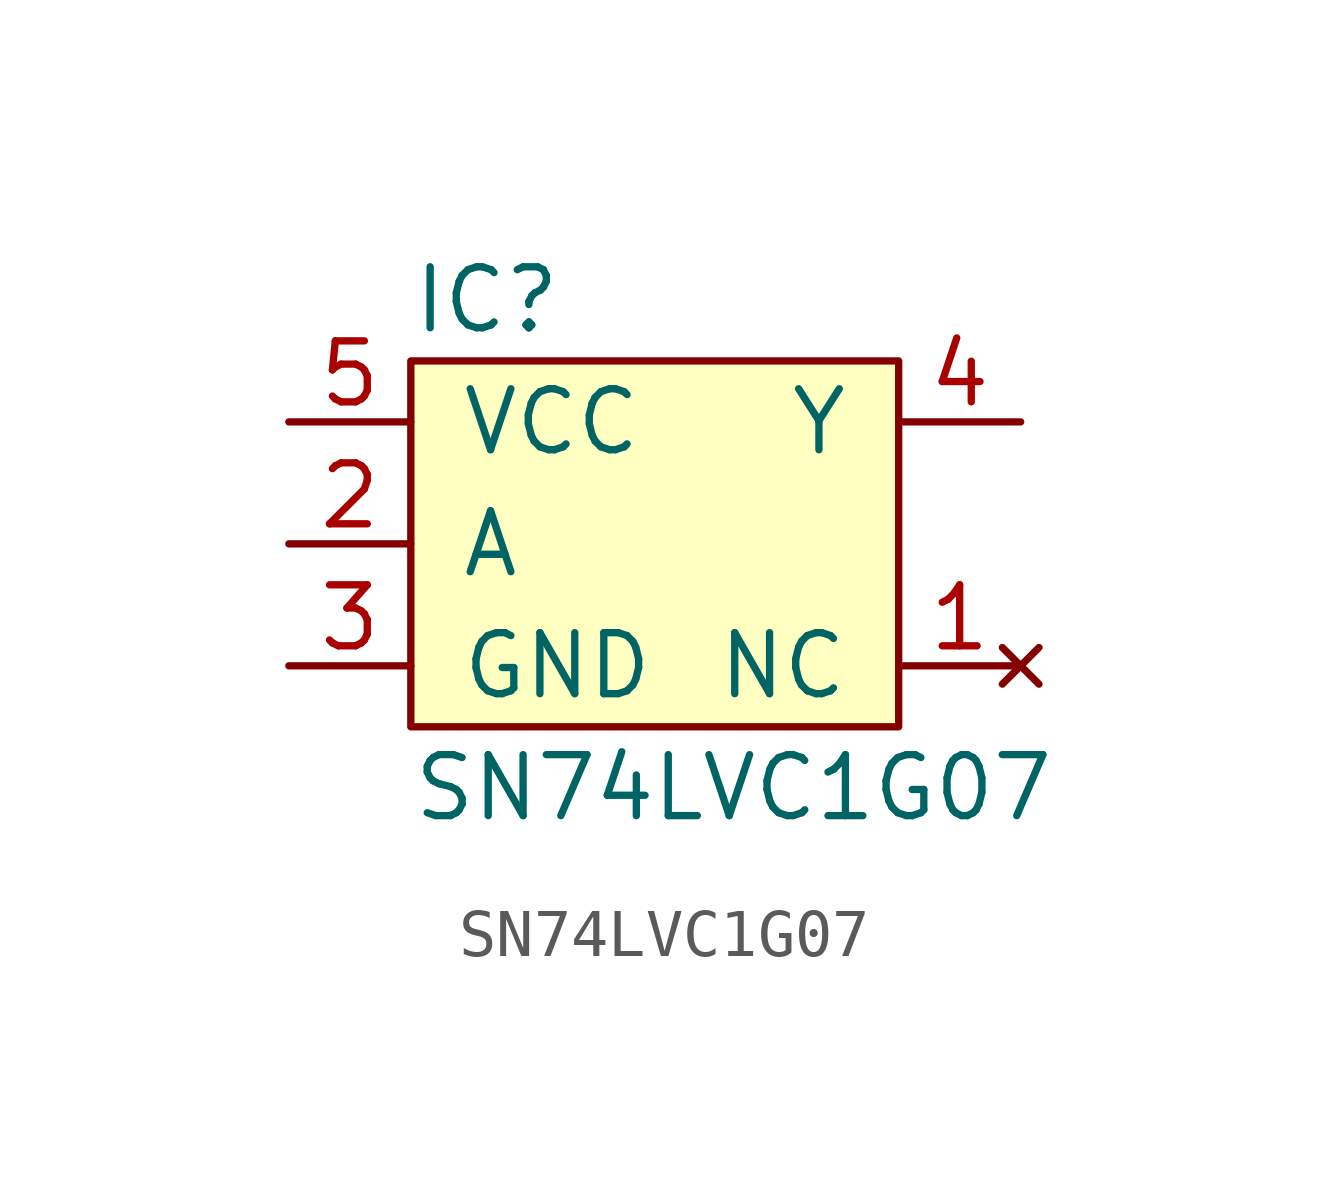
<source format=kicad_sym>
(kicad_symbol_lib
  (version 20211014)
  (generator agg_kicad.build_lib_ic)
  (symbol "SN74LVC1G07"
    (pin_names
      (offset 1.016))
    (property Reference IC
      (at -5.08 5.08 0)
      (effects (font (size 1.27 1.27)) (justify left)))
    (property Value "SN74LVC1G07"
      (at -5.08 -5.08 0)
      (effects (font (size 1.27 1.27)) (justify left)))
    (symbol "SN74LVC1G07_0_0"
      (rectangle (start -5.08 3.81) (end 5.08 -3.81) (stroke (width 0) (type default) (color 0 0 0 0)) (fill (type background)))
      (pin power_in line (at -7.62 2.54 0) (length 2.54) (name VCC (effects (font (size 1.27 1.27)))) (number "5" (effects (font (size 1.27 1.27)))))
      (pin input line (at -7.62 0 0) (length 2.54) (name A (effects (font (size 1.27 1.27)))) (number "2" (effects (font (size 1.27 1.27)))))
      (pin power_in line (at -7.62 -2.54 0) (length 2.54) (name GND (effects (font (size 1.27 1.27)))) (number "3" (effects (font (size 1.27 1.27)))))
      (pin open_collector line (at 7.62 2.54 180) (length 2.54) (name Y (effects (font (size 1.27 1.27)))) (number "4" (effects (font (size 1.27 1.27)))))
      (pin no_connect line (at 7.62 -2.54 180) (length 2.54) (name NC (effects (font (size 1.27 1.27)))) (number "1" (effects (font (size 1.27 1.27))))))))
</source>
